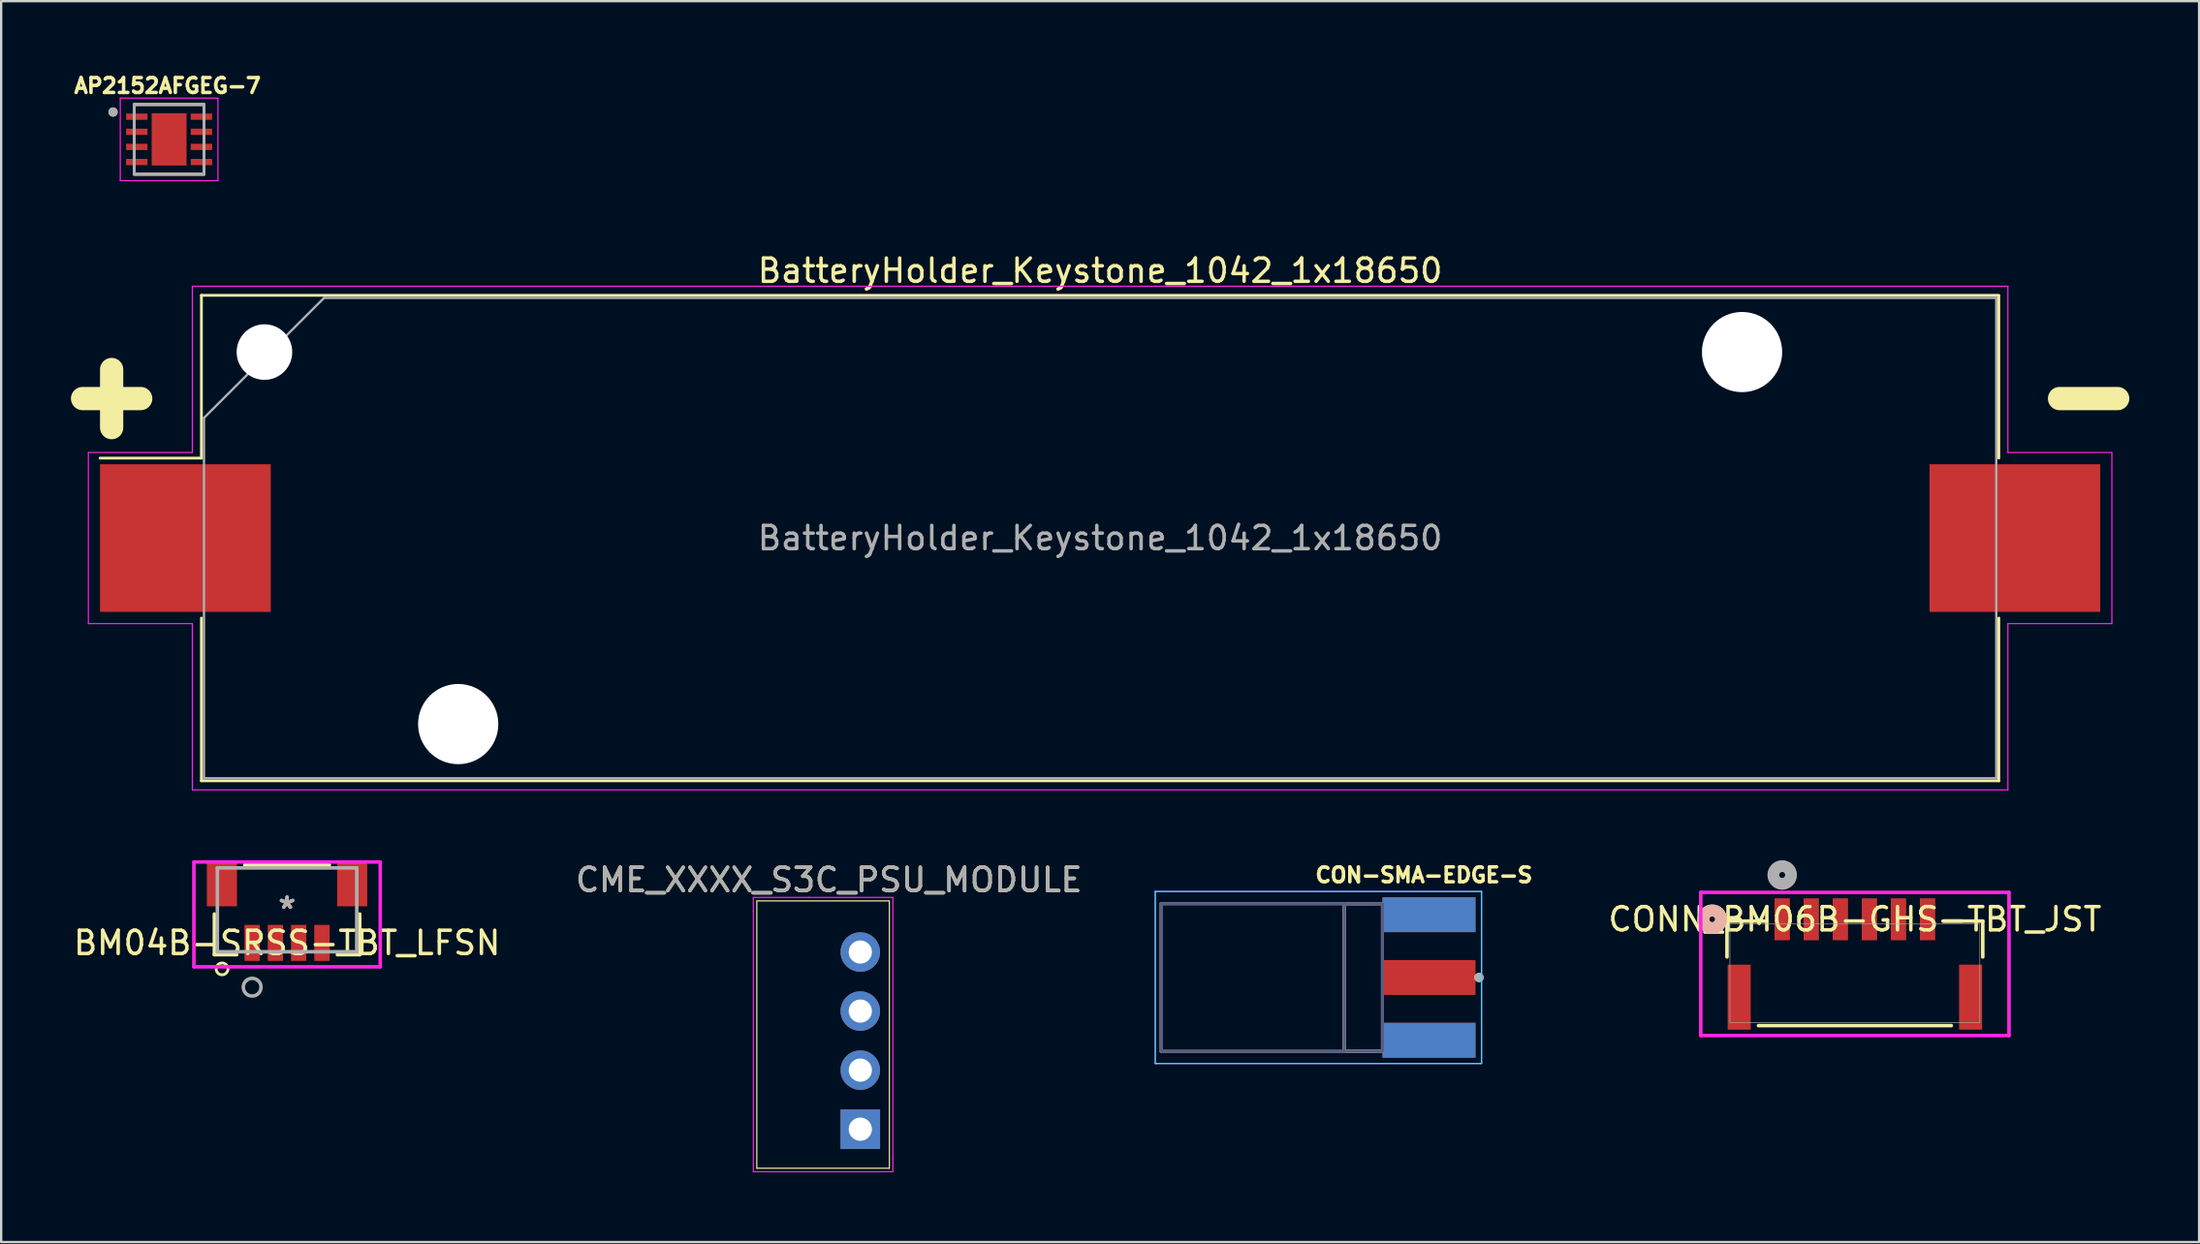
<source format=kicad_pcb>
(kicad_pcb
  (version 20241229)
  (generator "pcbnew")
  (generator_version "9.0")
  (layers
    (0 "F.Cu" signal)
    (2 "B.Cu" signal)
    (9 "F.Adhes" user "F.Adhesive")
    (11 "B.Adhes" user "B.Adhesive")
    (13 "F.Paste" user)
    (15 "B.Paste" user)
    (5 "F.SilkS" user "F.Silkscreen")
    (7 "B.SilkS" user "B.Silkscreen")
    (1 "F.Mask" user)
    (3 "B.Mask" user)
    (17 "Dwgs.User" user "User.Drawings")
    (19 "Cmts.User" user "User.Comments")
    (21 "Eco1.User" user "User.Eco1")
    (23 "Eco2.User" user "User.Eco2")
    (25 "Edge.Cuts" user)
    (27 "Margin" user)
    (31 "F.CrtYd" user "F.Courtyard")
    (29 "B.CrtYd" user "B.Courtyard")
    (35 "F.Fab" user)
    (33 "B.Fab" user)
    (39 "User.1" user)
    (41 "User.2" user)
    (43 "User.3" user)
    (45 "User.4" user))
  (footprint "CONN_BM06B-GHS-TBT_JST"
    (layer "F.Cu")
    (at 76.701 38.813)
    (property "Reference" "CONN_BM06B-GHS-TBT_JST" (at 0 -2.326 0) (unlocked yes) (layer "F.SilkS") (effects (font (size 1 1) (thickness 0.15))))
    (attr smd)
    (fp_line (start -5.499 -2.248) (end -5.499 -0.705) (stroke (width 0.152) (type solid)) (layer "F.SilkS"))
    (fp_line (start -4.147 2.248) (end 4.147 2.248) (stroke (width 0.152) (type solid)) (layer "F.SilkS"))
    (fp_line (start -3.788 -2.248) (end -5.499 -2.248) (stroke (width 0.152) (type solid)) (layer "F.SilkS"))
    (fp_line (start 5.499 -2.248) (end 3.788 -2.248) (stroke (width 0.152) (type solid)) (layer "F.SilkS"))
    (fp_line (start 5.499 -0.705) (end 5.499 -2.248) (stroke (width 0.152) (type solid)) (layer "F.SilkS"))
    (fp_circle (center -6.134 -2.326) (end -5.753 -2.326) (stroke (width 0.508) (type solid)) (fill no) (layer "F.SilkS"))
    (fp_circle (center -6.134 -2.326) (end -5.753 -2.326) (stroke (width 0.508) (type solid)) (fill no) (layer "B.SilkS"))
    (fp_line (start -6.626 -3.482) (end -6.626 2.675) (stroke (width 0.152) (type solid)) (layer "F.CrtYd"))
    (fp_line (start -6.626 2.675) (end 6.626 2.675) (stroke (width 0.152) (type solid)) (layer "F.CrtYd"))
    (fp_line (start 6.626 -3.482) (end -6.626 -3.482) (stroke (width 0.152) (type solid)) (layer "F.CrtYd"))
    (fp_line (start 6.626 2.675) (end 6.626 -3.482) (stroke (width 0.152) (type solid)) (layer "F.CrtYd"))
    (fp_line (start -5.372 -2.121) (end -5.372 2.121) (stroke (width 0.025) (type solid)) (layer "F.Fab"))
    (fp_line (start -5.372 2.121) (end 5.372 2.121) (stroke (width 0.025) (type solid)) (layer "F.Fab"))
    (fp_line (start 5.372 -2.121) (end -5.372 -2.121) (stroke (width 0.025) (type solid)) (layer "F.Fab"))
    (fp_line (start 5.372 2.121) (end 5.372 -2.121) (stroke (width 0.025) (type solid)) (layer "F.Fab"))
    (fp_circle (center -3.125 -4.231) (end -2.744 -4.231) (stroke (width 0.508) (type solid)) (fill no) (layer "F.Fab"))
    (pad "1" smd rect (at -3.125 -2.326) (size 0.66 1.803) (layers "F.Cu" "F.Mask" "F.Paste"))
    (pad "2" smd rect (at -1.875 -2.326) (size 0.66 1.803) (layers "F.Cu" "F.Mask" "F.Paste"))
    (pad "3" smd rect (at -0.625 -2.326) (size 0.66 1.803) (layers "F.Cu" "F.Mask" "F.Paste"))
    (pad "4" smd rect (at 0.625 -2.326) (size 0.66 1.803) (layers "F.Cu" "F.Mask" "F.Paste"))
    (pad "5" smd rect (at 1.875 -2.326) (size 0.66 1.803) (layers "F.Cu" "F.Mask" "F.Paste"))
    (pad "6" smd rect (at 3.125 -2.326) (size 0.66 1.803) (layers "F.Cu" "F.Mask" "F.Paste"))
    (pad "7" smd rect (at -4.975 1.024 90) (size 2.794 0.991) (layers "F.Cu" "F.Mask" "F.Paste"))
    (pad "8" smd rect (at 4.975 1.024 90) (size 2.794 0.991) (layers "F.Cu" "F.Mask" "F.Paste")))
  (footprint "CON-SMA-EDGE-S"
    (layer "F.Cu")
    (at 58.14 38.991)
    (property "Reference" "CON-SMA-EDGE-S" (at 0.032 -4.406 0) (layer "F.SilkS") (effects (font (size 0.64 0.64) (thickness 0.15))))
    (attr smd)
    (fp_line (start -3.4 -3.175) (end -3.4 3.175) (stroke (width 0.127) (type solid)) (layer "F.SilkS"))
    (fp_line (start -3.4 -3.175) (end -1.75 -3.175) (stroke (width 0.127) (type solid)) (layer "F.SilkS"))
    (fp_line (start -3.4 3.175) (end -1.75 3.175) (stroke (width 0.127) (type solid)) (layer "F.SilkS"))
    (fp_line (start -1.75 -3.175) (end -1.75 3.175) (stroke (width 0.127) (type solid)) (layer "F.SilkS"))
    (fp_circle (center 2.4 0) (end 2.5 0) (stroke (width 0.2) (type solid)) (fill no) (layer "F.SilkS"))
    (fp_line (start -11.52 -3.7) (end -11.52 3.7) (stroke (width 0.05) (type solid)) (layer "B.CrtYd"))
    (fp_line (start -11.52 3.7) (end 2.51 3.7) (stroke (width 0.05) (type solid)) (layer "B.CrtYd"))
    (fp_line (start 2.51 -3.7) (end -11.52 -3.7) (stroke (width 0.05) (type solid)) (layer "B.CrtYd"))
    (fp_line (start 2.51 3.7) (end 2.51 -3.7) (stroke (width 0.05) (type solid)) (layer "B.CrtYd"))
    (fp_line (start -11.52 -3.7) (end 2.51 -3.7) (stroke (width 0.05) (type solid)) (layer "F.CrtYd"))
    (fp_line (start -11.52 3.7) (end -11.52 -3.7) (stroke (width 0.05) (type solid)) (layer "F.CrtYd"))
    (fp_line (start 2.51 -3.7) (end 2.51 3.7) (stroke (width 0.05) (type solid)) (layer "F.CrtYd"))
    (fp_line (start 2.51 3.7) (end -11.52 3.7) (stroke (width 0.05) (type solid)) (layer "F.CrtYd"))
    (fp_line (start -11.27 -3.175) (end -3.4 -3.175) (stroke (width 0.127) (type solid)) (layer "B.Fab"))
    (fp_line (start -11.27 3.175) (end -11.27 -3.175) (stroke (width 0.127) (type solid)) (layer "B.Fab"))
    (fp_line (start -3.4 -3.175) (end -3.4 3.175) (stroke (width 0.127) (type solid)) (layer "B.Fab"))
    (fp_line (start -3.4 3.175) (end -11.27 3.175) (stroke (width 0.127) (type solid)) (layer "B.Fab"))
    (fp_line (start -3.4 3.175) (end -1.75 3.175) (stroke (width 0.127) (type solid)) (layer "B.Fab"))
    (fp_line (start -1.75 -3.175) (end -3.4 -3.175) (stroke (width 0.127) (type solid)) (layer "B.Fab"))
    (fp_line (start -1.75 3.175) (end -1.75 -3.175) (stroke (width 0.127) (type solid)) (layer "B.Fab"))
    (fp_line (start -11.27 -3.175) (end -11.27 3.175) (stroke (width 0.127) (type solid)) (layer "F.Fab"))
    (fp_line (start -11.27 3.175) (end -3.4 3.175) (stroke (width 0.127) (type solid)) (layer "F.Fab"))
    (fp_line (start -3.4 -3.175) (end -11.27 -3.175) (stroke (width 0.127) (type solid)) (layer "F.Fab"))
    (fp_line (start -3.4 -3.175) (end -1.75 -3.175) (stroke (width 0.127) (type solid)) (layer "F.Fab"))
    (fp_line (start -3.4 3.175) (end -3.4 -3.175) (stroke (width 0.127) (type solid)) (layer "F.Fab"))
    (fp_line (start -1.75 -3.175) (end -1.75 3.175) (stroke (width 0.127) (type solid)) (layer "F.Fab"))
    (fp_line (start -1.75 3.175) (end -3.4 3.175) (stroke (width 0.127) (type solid)) (layer "F.Fab"))
    (fp_circle (center 2.4 0) (end 2.5 0) (stroke (width 0.2) (type solid)) (fill no) (layer "F.Fab"))
    (pad "1" smd rect (at 0.25 0) (size 4 1.5) (layers "F.Cu" "F.Mask" "F.Paste"))
    (pad "G1" smd rect (at 0.25 -2.7) (size 4 1.5) (layers "F.Cu" "F.Mask" "F.Paste"))
    (pad "G2" smd rect (at 0.25 2.7) (size 4 1.5) (layers "F.Cu" "F.Mask" "F.Paste"))
    (pad "G3" smd rect (at 0.25 -2.7) (size 4 1.5) (layers "B.Cu" "B.Mask" "B.Paste"))
    (pad "G4" smd rect (at 0.25 2.7) (size 4 1.5) (layers "B.Cu" "B.Mask" "B.Paste")))
  (footprint "AP2152AFGEG-7"
    (layer "F.Cu")
    (at 4.221 2.944)
    (property "Reference" "AP2152AFGEG-7" (at -0.068 -2.306 0) (layer "F.SilkS") (effects (font (size 0.64 0.64) (thickness 0.15))))
    (attr through_hole)
    (fp_line (start -1.5 -1.5) (end 1.5 -1.5) (stroke (width 0.127) (type solid)) (layer "F.SilkS"))
    (fp_line (start -1.5 1.5) (end 1.5 1.5) (stroke (width 0.127) (type solid)) (layer "F.SilkS"))
    (fp_circle (center -2.41 -1.175) (end -2.31 -1.175) (stroke (width 0.2) (type solid)) (fill no) (layer "F.SilkS"))
    (fp_poly (pts (xy -0.47 -0.71) (xy 0.47 -0.71) (xy 0.47 0.71) (xy -0.47 0.71)) (stroke (width 0.01) (type solid)) (fill yes) (layer "F.Paste"))
    (fp_line (start -2.1 -1.775) (end -2.1 1.775) (stroke (width 0.05) (type solid)) (layer "F.CrtYd"))
    (fp_line (start -2.1 -1.775) (end 2.1 -1.775) (stroke (width 0.05) (type solid)) (layer "F.CrtYd"))
    (fp_line (start -2.1 1.775) (end 2.1 1.775) (stroke (width 0.05) (type solid)) (layer "F.CrtYd"))
    (fp_line (start 2.1 -1.775) (end 2.1 1.775) (stroke (width 0.05) (type solid)) (layer "F.CrtYd"))
    (fp_line (start -1.5 -1.5) (end -1.5 1.5) (stroke (width 0.127) (type solid)) (layer "F.Fab"))
    (fp_line (start -1.5 -1.5) (end 1.5 -1.5) (stroke (width 0.127) (type solid)) (layer "F.Fab"))
    (fp_line (start -1.5 1.5) (end 1.5 1.5) (stroke (width 0.127) (type solid)) (layer "F.Fab"))
    (fp_line (start 1.5 -1.5) (end 1.5 1.5) (stroke (width 0.127) (type solid)) (layer "F.Fab"))
    (fp_circle (center -2.41 -1.175) (end -2.31 -1.175) (stroke (width 0.2) (type solid)) (fill no) (layer "F.Fab"))
    (pad "1" smd roundrect (at -1.39 -0.975) (size 0.92 0.27) (layers "F.Cu" "F.Mask" "F.Paste") (roundrect_rratio 0.03))
    (pad "2" smd roundrect (at -1.39 -0.325) (size 0.92 0.27) (layers "F.Cu" "F.Mask" "F.Paste") (roundrect_rratio 0.03))
    (pad "3" smd roundrect (at -1.39 0.325) (size 0.92 0.27) (layers "F.Cu" "F.Mask" "F.Paste") (roundrect_rratio 0.03))
    (pad "4" smd roundrect (at -1.39 0.975) (size 0.92 0.27) (layers "F.Cu" "F.Mask" "F.Paste") (roundrect_rratio 0.03))
    (pad "5" smd roundrect (at 1.39 0.975) (size 0.92 0.27) (layers "F.Cu" "F.Mask" "F.Paste") (roundrect_rratio 0.03))
    (pad "6" smd roundrect (at 1.39 0.325) (size 0.92 0.27) (layers "F.Cu" "F.Mask" "F.Paste") (roundrect_rratio 0.03))
    (pad "7" smd roundrect (at 1.39 -0.325) (size 0.92 0.27) (layers "F.Cu" "F.Mask" "F.Paste") (roundrect_rratio 0.03))
    (pad "8" smd roundrect (at 1.39 -0.975) (size 0.92 0.27) (layers "F.Cu" "F.Mask" "F.Paste") (roundrect_rratio 0.03))
    (pad "9" smd rect (at 0 0) (size 1.5 2.25) (layers "F.Cu" "F.Mask")))
  (footprint "BatteryHolder_Keystone_1042_1x18650"
    (layer "F.Cu")
    (at 44.25 20.092)
    (property "Reference" "BatteryHolder_Keystone_1042_1x18650" (at 0 -11.5 0) (layer "F.SilkS") (effects (font (size 1 1) (thickness 0.15))))
    (attr smd)
    (fp_line (start -43.75 -6) (end -41.25 -6) (stroke (width 1) (type solid)) (layer "F.SilkS"))
    (fp_line (start -42.5 -4.75) (end -42.5 -7.25) (stroke (width 1) (type solid)) (layer "F.SilkS"))
    (fp_line (start -38.64 -10.44) (end -38.64 -3.44) (stroke (width 0.12) (type solid)) (layer "F.SilkS"))
    (fp_line (start -38.64 -3.44) (end -43 -3.44) (stroke (width 0.12) (type solid)) (layer "F.SilkS"))
    (fp_line (start -38.64 10.44) (end -38.64 3.44) (stroke (width 0.12) (type solid)) (layer "F.SilkS"))
    (fp_line (start 38.64 -10.44) (end -38.64 -10.44) (stroke (width 0.12) (type solid)) (layer "F.SilkS"))
    (fp_line (start 38.64 -3.44) (end 38.64 -10.42) (stroke (width 0.12) (type solid)) (layer "F.SilkS"))
    (fp_line (start 38.64 3.44) (end 38.64 10.44) (stroke (width 0.12) (type solid)) (layer "F.SilkS"))
    (fp_line (start 38.64 10.44) (end -38.64 10.44) (stroke (width 0.12) (type solid)) (layer "F.SilkS"))
    (fp_line (start 43.75 -6) (end 41.25 -6) (stroke (width 1) (type solid)) (layer "F.SilkS"))
    (fp_line (start -43.5 -3.68) (end -39.03 -3.68) (stroke (width 0.05) (type solid)) (layer "F.CrtYd"))
    (fp_line (start -43.5 3.68) (end -43.5 -3.68) (stroke (width 0.05) (type solid)) (layer "F.CrtYd"))
    (fp_line (start -39.03 -10.83) (end -39.03 -3.68) (stroke (width 0.05) (type solid)) (layer "F.CrtYd"))
    (fp_line (start -39.03 -10.83) (end 39.03 -10.83) (stroke (width 0.05) (type solid)) (layer "F.CrtYd"))
    (fp_line (start -39.03 3.68) (end -43.5 3.68) (stroke (width 0.05) (type solid)) (layer "F.CrtYd"))
    (fp_line (start -39.03 10.83) (end -39.03 3.68) (stroke (width 0.05) (type solid)) (layer "F.CrtYd"))
    (fp_line (start -39.03 10.83) (end 39.03 10.83) (stroke (width 0.05) (type solid)) (layer "F.CrtYd"))
    (fp_line (start 39.03 -10.83) (end 39.03 -3.68) (stroke (width 0.05) (type solid)) (layer "F.CrtYd"))
    (fp_line (start 39.03 3.68) (end 43.5 3.68) (stroke (width 0.05) (type solid)) (layer "F.CrtYd"))
    (fp_line (start 39.03 10.83) (end 39.03 3.68) (stroke (width 0.05) (type solid)) (layer "F.CrtYd"))
    (fp_line (start 43.5 -3.68) (end 39.03 -3.68) (stroke (width 0.05) (type solid)) (layer "F.CrtYd"))
    (fp_line (start 43.5 3.68) (end 43.5 -3.68) (stroke (width 0.05) (type solid)) (layer "F.CrtYd"))
    (fp_line (start -38.53 -5.168) (end -38.53 10.33) (stroke (width 0.1) (type solid)) (layer "F.Fab"))
    (fp_line (start -38.53 10.33) (end 38.53 10.33) (stroke (width 0.1) (type solid)) (layer "F.Fab"))
    (fp_line (start -33.367 -10.33) (end -38.53 -5.168) (stroke (width 0.1) (type solid)) (layer "F.Fab"))
    (fp_line (start -33.367 -10.33) (end 38.53 -10.33) (stroke (width 0.1) (type solid)) (layer "F.Fab"))
    (fp_line (start 38.53 -10.33) (end 38.53 10.33) (stroke (width 0.1) (type solid)) (layer "F.Fab"))
    (fp_text user "${REFERENCE}" (at 0 0 0) (layer "F.Fab") (effects (font (size 1 1) (thickness 0.15))))
    (pad "" np_thru_hole circle (at -35.93 -8) (size 2.39 2.39) (drill 2.39) (layers "*.Cu" "*.Mask"))
    (pad "" np_thru_hole circle (at -27.6 8) (size 3.45 3.45) (drill 3.45) (layers "*.Cu" "*.Mask"))
    (pad "" np_thru_hole circle (at 27.6 -8) (size 3.45 3.45) (drill 3.45) (layers "*.Cu" "*.Mask"))
    (pad "1" smd rect (at -39.33 0) (size 7.34 6.35) (layers "F.Cu" "F.Mask" "F.Paste"))
    (pad "2" smd rect (at 39.33 0) (size 7.34 6.35) (layers "F.Cu" "F.Mask" "F.Paste")))
  (footprint "CME_XXXX_S3C_PSU_MODULE"
    (layer "F.Cu")
    (at 33.939 37.896)
    (property "Reference" "CME_XXXX_S3C_PSU_MODULE" (at -1.35 -3.1 0) (layer "F.SilkS") (effects (font (size 1 1) (thickness 0.15))))
    (attr through_hole)
    (fp_line (start -4.45 -2.18) (end -4.45 9.3) (stroke (width 0.05) (type solid)) (layer "F.SilkS"))
    (fp_line (start -4.45 9.3) (end 1.25 9.3) (stroke (width 0.05) (type solid)) (layer "F.SilkS"))
    (fp_line (start 1.25 -2.2) (end -4.45 -2.2) (stroke (width 0.05) (type solid)) (layer "F.SilkS"))
    (fp_line (start 1.25 -2.18) (end 1.25 9.3) (stroke (width 0.05) (type solid)) (layer "F.SilkS"))
    (fp_line (start -4.6 -1.75) (end -4.6 -2.35) (stroke (width 0.05) (type solid)) (layer "F.CrtYd"))
    (fp_line (start -4.6 -1.75) (end -4.6 9.45) (stroke (width 0.05) (type solid)) (layer "F.CrtYd"))
    (fp_line (start -2.2 -2.35) (end -4.6 -2.35) (stroke (width 0.05) (type solid)) (layer "F.CrtYd"))
    (fp_line (start -2.2 9.45) (end -4.6 9.45) (stroke (width 0.05) (type solid)) (layer "F.CrtYd"))
    (fp_line (start -2.2 9.45) (end 1.4 9.45) (stroke (width 0.05) (type solid)) (layer "F.CrtYd"))
    (fp_line (start 1.4 -2.35) (end -2.2 -2.35) (stroke (width 0.05) (type solid)) (layer "F.CrtYd"))
    (fp_line (start 1.4 8.85) (end 1.4 -2.35) (stroke (width 0.05) (type solid)) (layer "F.CrtYd"))
    (fp_line (start 1.4 8.85) (end 1.4 9.45) (stroke (width 0.05) (type solid)) (layer "F.CrtYd"))
    (fp_text user "${REFERENCE}" (at -1.35 -3.1 0) (layer "F.Fab") (effects (font (size 1 1) (thickness 0.15))))
    (pad "1" thru_hole rect (at 0 7.62) (size 1.7 1.7) (drill 1) (layers "*.Cu" "*.Mask"))
    (pad "2" thru_hole oval (at 0 5.08) (size 1.7 1.7) (drill 1) (layers "*.Cu" "*.Mask"))
    (pad "3" thru_hole oval (at 0 2.54) (size 1.7 1.7) (drill 1) (layers "*.Cu" "*.Mask"))
    (pad "4" thru_hole circle (at 0 0) (size 1.7 1.7) (drill 1) (layers "*.Cu" "*.Mask")))
  (footprint "BM04B-SRSS-TBT_LFSN"
    (layer "F.Cu")
    (at 9.292 36.081)
    (property "Reference" "BM04B-SRSS-TBT_LFSN" (at 0 1.422 0) (layer "F.SilkS") (effects (font (size 1 1) (thickness 0.15))))
    (attr through_hole)
    (fp_line (start -3.124 0.182) (end -3.124 1.93) (stroke (width 0.152) (type solid)) (layer "F.SilkS"))
    (fp_line (start -3.124 1.93) (end -2.163 1.93) (stroke (width 0.152) (type solid)) (layer "F.SilkS"))
    (fp_line (start 1.82 -1.93) (end -1.82 -1.93) (stroke (width 0.152) (type solid)) (layer "F.SilkS"))
    (fp_line (start 2.163 1.93) (end 3.124 1.93) (stroke (width 0.152) (type solid)) (layer "F.SilkS"))
    (fp_line (start 3.124 1.93) (end 3.124 0.182) (stroke (width 0.152) (type solid)) (layer "F.SilkS"))
    (fp_circle (center -2.794 2.54) (end -2.54 2.54) (stroke (width 0.12) (type solid)) (fill no) (layer "F.SilkS"))
    (fp_line (start -4.006 -2.057) (end -4.006 2.45) (stroke (width 0.152) (type solid)) (layer "F.CrtYd"))
    (fp_line (start -4.006 2.45) (end 4.006 2.45) (stroke (width 0.152) (type solid)) (layer "F.CrtYd"))
    (fp_line (start 4.006 -2.057) (end -4.006 -2.057) (stroke (width 0.152) (type solid)) (layer "F.CrtYd"))
    (fp_line (start 4.006 2.45) (end 4.006 -2.057) (stroke (width 0.152) (type solid)) (layer "F.CrtYd"))
    (fp_line (start -2.997 -1.803) (end -2.997 1.803) (stroke (width 0.152) (type solid)) (layer "F.Fab"))
    (fp_line (start -2.997 1.803) (end 2.997 1.803) (stroke (width 0.152) (type solid)) (layer "F.Fab"))
    (fp_line (start 2.997 -1.803) (end -2.997 -1.803) (stroke (width 0.152) (type solid)) (layer "F.Fab"))
    (fp_line (start 2.997 1.803) (end 2.997 -1.803) (stroke (width 0.152) (type solid)) (layer "F.Fab"))
    (fp_circle (center -1.5 3.327) (end -1.119 3.327) (stroke (width 0.152) (type solid)) (fill no) (layer "F.Fab"))
    (fp_text user "*" (at 0 0 0) (layer "F.SilkS") (effects (font (size 1 1) (thickness 0.15))))
    (fp_text user "*" (at 0 0 0) (layer "F.Fab") (effects (font (size 1 1) (thickness 0.15))))
    (pad "1" smd rect (at -1.5 1.422) (size 0.66 1.549) (layers "F.Cu" "F.Mask" "F.Paste"))
    (pad "2" smd rect (at -0.5 1.422) (size 0.66 1.549) (layers "F.Cu" "F.Mask" "F.Paste"))
    (pad "3" smd rect (at 0.5 1.422) (size 0.66 1.549) (layers "F.Cu" "F.Mask" "F.Paste"))
    (pad "4" smd rect (at 1.5 1.422) (size 0.66 1.549) (layers "F.Cu" "F.Mask" "F.Paste"))
    (pad "5" smd rect (at -2.8 -1.103 90) (size 1.905 1.295) (layers "F.Cu" "F.Mask" "F.Paste"))
    (pad "6" smd rect (at 2.8 -1.103 90) (size 1.905 1.295) (layers "F.Cu" "F.Mask" "F.Paste")))
  (gr_rect
    (start -3 -3)
    (end 91.5 50.371)
    (stroke (width 0.1) (type default))
    (fill no)
    (layer "Edge.Cuts")))
</source>
